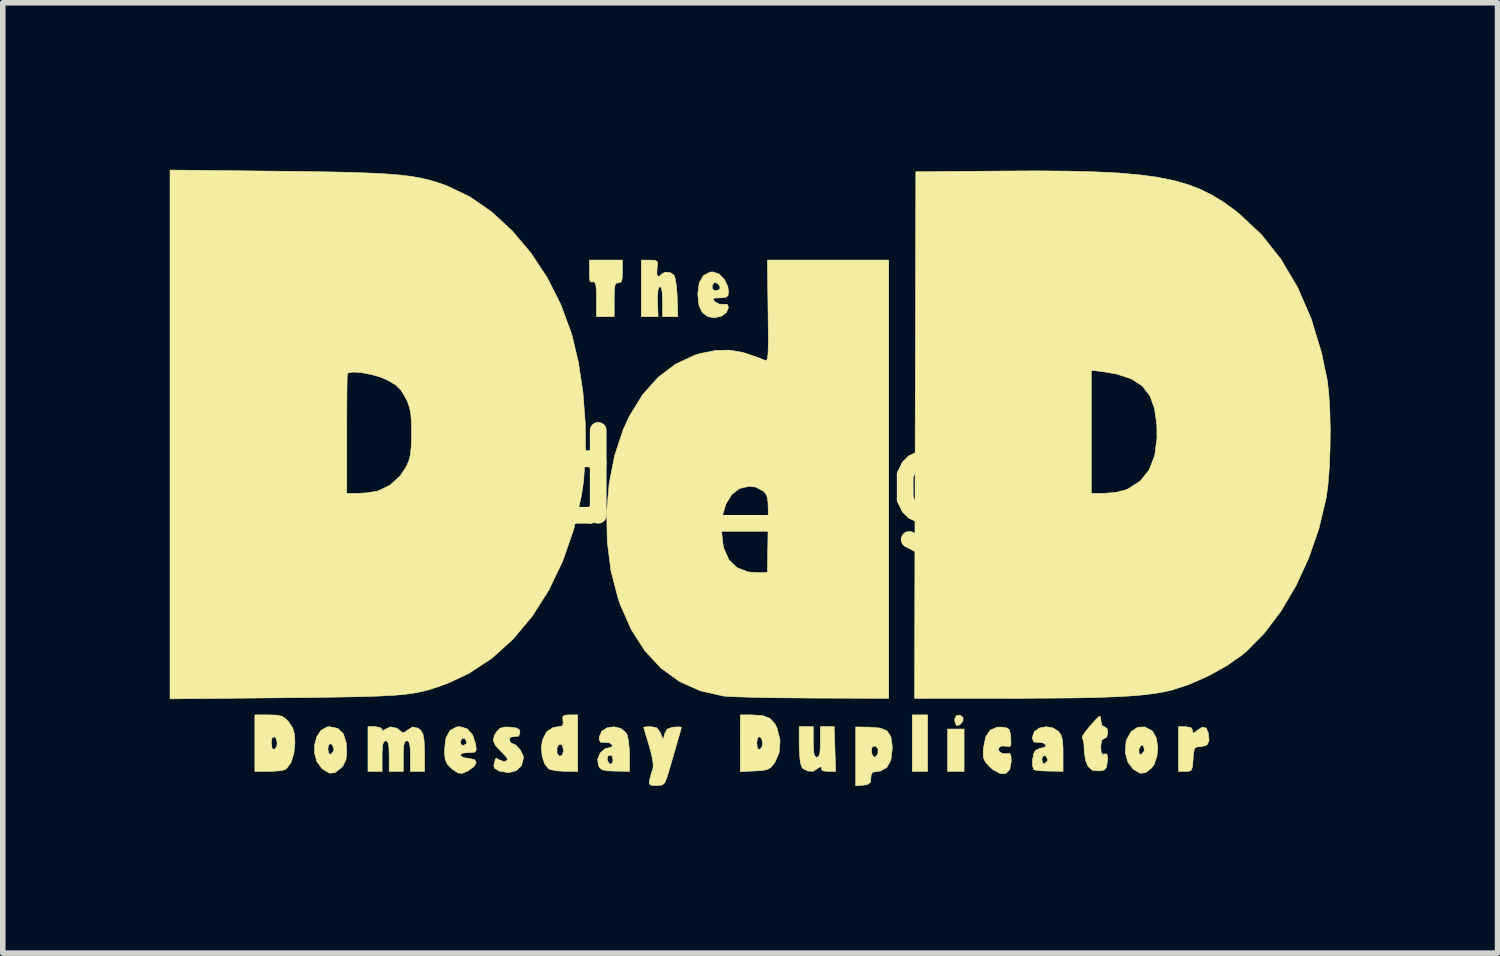
<source format=kicad_pcb>
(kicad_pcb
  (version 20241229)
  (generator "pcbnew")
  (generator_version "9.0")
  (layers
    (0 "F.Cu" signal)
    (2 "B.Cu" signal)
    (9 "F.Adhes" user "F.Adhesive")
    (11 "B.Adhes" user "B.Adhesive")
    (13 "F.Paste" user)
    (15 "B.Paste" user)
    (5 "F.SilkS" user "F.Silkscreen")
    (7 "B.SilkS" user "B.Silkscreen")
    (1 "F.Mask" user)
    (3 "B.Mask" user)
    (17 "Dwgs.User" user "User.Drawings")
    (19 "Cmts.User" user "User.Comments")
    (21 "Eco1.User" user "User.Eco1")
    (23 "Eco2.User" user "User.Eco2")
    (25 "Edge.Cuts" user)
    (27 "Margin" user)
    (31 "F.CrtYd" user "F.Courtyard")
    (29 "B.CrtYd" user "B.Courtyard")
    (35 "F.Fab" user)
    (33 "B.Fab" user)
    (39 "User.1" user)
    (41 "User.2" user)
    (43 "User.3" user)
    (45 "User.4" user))
  (footprint "DdD_logo"
    (layer "F.Cu")
    (at 10.419 5.518)
    (property "Reference" "DdD_logo" (at 0 0 0) (layer "F.SilkS") (effects (font (size 1.524 1.524) (thickness 0.3))))
    (attr through_hole)
    (fp_poly (pts (xy 3.196 5.292) (xy 2.921 5.292) (xy 2.921 4.276) (xy 3.196 4.276) (xy 3.196 5.292)) (stroke (width 0.01) (type solid)) (fill yes) (layer "F.SilkS"))
    (fp_poly (pts (xy 3.852 5.292) (xy 3.556 5.292) (xy 3.556 4.53) (xy 3.852 4.53) (xy 3.852 5.292)) (stroke (width 0.01) (type solid)) (fill yes) (layer "F.SilkS"))
    (fp_poly (pts (xy 3.834 4.322) (xy 3.833 4.379) (xy 3.792 4.438) (xy 3.739 4.469) (xy 3.712 4.46) (xy 3.687 4.397) (xy 3.683 4.353) (xy 3.713 4.29) (xy 3.777 4.279) (xy 3.834 4.322)) (stroke (width 0.01) (type solid)) (fill yes) (layer "F.SilkS"))
    (fp_poly (pts (xy -2.286 -3.688) (xy -2.291 -3.562) (xy -2.311 -3.501) (xy -2.354 -3.486) (xy -2.36 -3.487) (xy -2.399 -3.479) (xy -2.421 -3.438) (xy -2.432 -3.346) (xy -2.434 -3.187) (xy -2.434 -2.879) (xy -2.593 -2.879) (xy -2.752 -2.879) (xy -2.752 -3.198) (xy -2.755 -3.365) (xy -2.766 -3.461) (xy -2.789 -3.502) (xy -2.812 -3.505) (xy -2.85 -3.5) (xy -2.87 -3.518) (xy -2.877 -3.579) (xy -2.879 -3.703) (xy -2.879 -3.725) (xy -2.879 -3.895) (xy -2.286 -3.895) (xy -2.286 -3.688)) (stroke (width 0.01) (type solid)) (fill yes) (layer "F.SilkS"))
    (fp_poly (pts (xy 7.929 4.504) (xy 7.959 4.557) (xy 7.959 4.557) (xy 7.965 4.604) (xy 7.997 4.591) (xy 8.036 4.557) (xy 8.133 4.495) (xy 8.2 4.511) (xy 8.237 4.59) (xy 8.254 4.734) (xy 8.215 4.817) (xy 8.118 4.847) (xy 8.106 4.847) (xy 8.032 4.852) (xy 7.993 4.881) (xy 7.975 4.955) (xy 7.967 5.069) (xy 7.957 5.199) (xy 7.937 5.265) (xy 7.893 5.289) (xy 7.829 5.292) (xy 7.705 5.292) (xy 7.705 4.487) (xy 7.832 4.487) (xy 7.929 4.504)) (stroke (width 0.01) (type solid)) (fill yes) (layer "F.SilkS"))
    (fp_poly (pts (xy 0.236 4.29) (xy 0.366 4.34) (xy 0.454 4.437) (xy 0.49 4.511) (xy 0.546 4.734) (xy 0.53 4.952) (xy 0.454 5.127) (xy 0.393 5.207) (xy 0.331 5.251) (xy 0.239 5.273) (xy 0.094 5.283) (xy -0.169 5.296) (xy -0.169 4.784) (xy 0.127 4.784) (xy 0.141 4.881) (xy 0.18 4.9) (xy 0.221 4.849) (xy 0.233 4.784) (xy 0.213 4.7) (xy 0.18 4.667) (xy 0.14 4.689) (xy 0.127 4.784) (xy -0.169 4.784) (xy -0.169 4.276) (xy 0.045 4.276) (xy 0.236 4.29)) (stroke (width 0.01) (type solid)) (fill yes) (layer "F.SilkS"))
    (fp_poly (pts (xy -8.493 4.28) (xy -8.401 4.301) (xy -8.332 4.349) (xy -8.28 4.406) (xy -8.211 4.508) (xy -8.178 4.621) (xy -8.17 4.768) (xy -8.189 4.97) (xy -8.242 5.134) (xy -8.321 5.241) (xy -8.363 5.265) (xy -8.442 5.28) (xy -8.572 5.29) (xy -8.661 5.292) (xy -8.89 5.292) (xy -8.89 4.784) (xy -8.594 4.784) (xy -8.58 4.881) (xy -8.541 4.9) (xy -8.499 4.849) (xy -8.488 4.784) (xy -8.508 4.7) (xy -8.541 4.667) (xy -8.581 4.689) (xy -8.594 4.784) (xy -8.89 4.784) (xy -8.89 4.276) (xy -8.64 4.276) (xy -8.493 4.28)) (stroke (width 0.01) (type solid)) (fill yes) (layer "F.SilkS"))
    (fp_poly (pts (xy -7.4 4.519) (xy -7.301 4.614) (xy -7.249 4.775) (xy -7.239 4.931) (xy -7.253 5.08) (xy -7.303 5.185) (xy -7.343 5.23) (xy -7.451 5.314) (xy -7.548 5.323) (xy -7.659 5.259) (xy -7.685 5.237) (xy -7.775 5.118) (xy -7.817 4.97) (xy -7.817 4.889) (xy -7.578 4.889) (xy -7.561 4.972) (xy -7.525 4.985) (xy -7.48 4.933) (xy -7.472 4.889) (xy -7.497 4.815) (xy -7.525 4.794) (xy -7.566 4.815) (xy -7.578 4.889) (xy -7.817 4.889) (xy -7.816 4.813) (xy -7.777 4.667) (xy -7.701 4.554) (xy -7.594 4.493) (xy -7.547 4.488) (xy -7.4 4.519)) (stroke (width 0.01) (type solid)) (fill yes) (layer "F.SilkS"))
    (fp_poly (pts (xy -1.693 -3.89) (xy -1.655 -3.86) (xy -1.659 -3.78) (xy -1.664 -3.747) (xy -1.668 -3.643) (xy -1.644 -3.597) (xy -1.602 -3.62) (xy -1.587 -3.641) (xy -1.521 -3.679) (xy -1.43 -3.671) (xy -1.36 -3.626) (xy -1.337 -3.559) (xy -1.317 -3.431) (xy -1.304 -3.268) (xy -1.302 -3.224) (xy -1.291 -2.879) (xy -1.429 -2.879) (xy -1.566 -2.879) (xy -1.566 -3.157) (xy -1.572 -3.319) (xy -1.589 -3.404) (xy -1.616 -3.419) (xy -1.647 -3.365) (xy -1.657 -3.232) (xy -1.656 -3.141) (xy -1.645 -2.879) (xy -1.947 -2.879) (xy -1.947 -3.895) (xy -1.794 -3.895) (xy -1.693 -3.89)) (stroke (width 0.01) (type solid)) (fill yes) (layer "F.SilkS"))
    (fp_poly (pts (xy 7.224 4.558) (xy 7.239 4.572) (xy 7.305 4.69) (xy 7.331 4.85) (xy 7.317 5.02) (xy 7.265 5.168) (xy 7.22 5.23) (xy 7.113 5.314) (xy 7.017 5.324) (xy 6.904 5.261) (xy 6.89 5.25) (xy 6.794 5.125) (xy 6.749 4.955) (xy 6.752 4.905) (xy 6.992 4.905) (xy 6.997 4.979) (xy 7.034 4.986) (xy 7.084 4.933) (xy 7.091 4.897) (xy 7.071 4.827) (xy 7.03 4.824) (xy 6.996 4.886) (xy 6.992 4.905) (xy 6.752 4.905) (xy 6.76 4.769) (xy 6.774 4.717) (xy 6.854 4.577) (xy 6.968 4.5) (xy 7.097 4.492) (xy 7.224 4.558)) (stroke (width 0.01) (type solid)) (fill yes) (layer "F.SilkS"))
    (fp_poly (pts (xy 2.158 4.496) (xy 2.348 4.513) (xy 2.469 4.565) (xy 2.536 4.667) (xy 2.56 4.829) (xy 2.561 4.889) (xy 2.537 5.088) (xy 2.464 5.221) (xy 2.347 5.286) (xy 2.288 5.292) (xy 2.207 5.306) (xy 2.18 5.365) (xy 2.178 5.408) (xy 2.168 5.49) (xy 2.115 5.527) (xy 2.043 5.538) (xy 1.905 5.551) (xy 1.905 4.895) (xy 2.186 4.895) (xy 2.194 4.972) (xy 2.225 5.03) (xy 2.244 5.038) (xy 2.285 5.004) (xy 2.304 4.967) (xy 2.307 4.889) (xy 2.266 4.838) (xy 2.209 4.842) (xy 2.186 4.895) (xy 1.905 4.895) (xy 1.905 4.492) (xy 2.158 4.496)) (stroke (width 0.01) (type solid)) (fill yes) (layer "F.SilkS"))
    (fp_poly (pts (xy 4.622 4.51) (xy 4.668 4.547) (xy 4.686 4.632) (xy 4.691 4.688) (xy 4.694 4.8) (xy 4.677 4.845) (xy 4.638 4.842) (xy 4.541 4.834) (xy 4.504 4.843) (xy 4.465 4.884) (xy 4.484 4.934) (xy 4.542 4.971) (xy 4.618 4.973) (xy 4.62 4.972) (xy 4.671 4.968) (xy 4.694 5.01) (xy 4.699 5.115) (xy 4.674 5.255) (xy 4.604 5.328) (xy 4.501 5.331) (xy 4.374 5.262) (xy 4.31 5.205) (xy 4.232 5.118) (xy 4.198 5.037) (xy 4.196 4.926) (xy 4.201 4.866) (xy 4.241 4.672) (xy 4.321 4.55) (xy 4.443 4.497) (xy 4.528 4.496) (xy 4.622 4.51)) (stroke (width 0.01) (type solid)) (fill yes) (layer "F.SilkS"))
    (fp_poly (pts (xy 1.143 4.763) (xy 1.147 4.917) (xy 1.162 5.003) (xy 1.192 5.036) (xy 1.206 5.038) (xy 1.242 5.019) (xy 1.262 4.954) (xy 1.27 4.825) (xy 1.27 4.763) (xy 1.27 4.487) (xy 1.518 4.487) (xy 1.532 4.89) (xy 1.545 5.292) (xy 1.405 5.292) (xy 1.315 5.281) (xy 1.289 5.253) (xy 1.291 5.249) (xy 1.289 5.21) (xy 1.275 5.207) (xy 1.215 5.238) (xy 1.206 5.249) (xy 1.14 5.289) (xy 1.044 5.284) (xy 0.958 5.241) (xy 0.933 5.21) (xy 0.911 5.129) (xy 0.896 4.991) (xy 0.889 4.825) (xy 0.889 4.808) (xy 0.889 4.487) (xy 1.143 4.487) (xy 1.143 4.763)) (stroke (width 0.01) (type solid)) (fill yes) (layer "F.SilkS"))
    (fp_poly (pts (xy -3.09 5.292) (xy -3.313 5.29) (xy -3.454 5.282) (xy -3.569 5.261) (xy -3.608 5.247) (xy -3.681 5.161) (xy -3.728 5.023) (xy -3.734 4.953) (xy -3.462 4.953) (xy -3.455 4.977) (xy -3.414 5.02) (xy -3.369 4.998) (xy -3.345 4.924) (xy -3.344 4.911) (xy -3.365 4.831) (xy -3.387 4.805) (xy -3.432 4.811) (xy -3.462 4.871) (xy -3.462 4.953) (xy -3.734 4.953) (xy -3.742 4.861) (xy -3.723 4.73) (xy -3.65 4.581) (xy -3.531 4.502) (xy -3.427 4.487) (xy -3.361 4.472) (xy -3.35 4.411) (xy -3.355 4.381) (xy -3.359 4.31) (xy -3.321 4.281) (xy -3.233 4.276) (xy -3.09 4.276) (xy -3.09 5.292)) (stroke (width 0.01) (type solid)) (fill yes) (layer "F.SilkS"))
    (fp_poly (pts (xy -4.303 4.496) (xy -4.189 4.512) (xy -4.137 4.545) (xy -4.128 4.593) (xy -4.149 4.657) (xy -4.223 4.665) (xy -4.301 4.676) (xy -4.318 4.718) (xy -4.296 4.776) (xy -4.276 4.784) (xy -4.201 4.819) (xy -4.124 4.902) (xy -4.073 5.001) (xy -4.064 5.051) (xy -4.099 5.187) (xy -4.194 5.278) (xy -4.332 5.314) (xy -4.496 5.286) (xy -4.501 5.285) (xy -4.588 5.231) (xy -4.596 5.178) (xy -4.574 5.095) (xy -4.572 5.071) (xy -4.548 5.055) (xy -4.509 5.08) (xy -4.424 5.112) (xy -4.379 5.106) (xy -4.35 5.08) (xy -4.372 5.031) (xy -4.454 4.946) (xy -4.463 4.938) (xy -4.568 4.825) (xy -4.608 4.735) (xy -4.587 4.645) (xy -4.547 4.579) (xy -4.484 4.516) (xy -4.396 4.493) (xy -4.303 4.496)) (stroke (width 0.01) (type solid)) (fill yes) (layer "F.SilkS"))
    (fp_poly (pts (xy -2.318 4.518) (xy -2.226 4.591) (xy -2.2 4.639) (xy -2.178 4.739) (xy -2.163 4.887) (xy -2.159 5.018) (xy -2.159 5.29) (xy -2.416 5.286) (xy -2.562 5.28) (xy -2.648 5.262) (xy -2.695 5.225) (xy -2.718 5.183) (xy -2.73 5.078) (xy -2.561 5.078) (xy -2.531 5.142) (xy -2.493 5.165) (xy -2.462 5.129) (xy -2.455 5.08) (xy -2.476 5.007) (xy -2.528 5.003) (xy -2.551 5.021) (xy -2.561 5.078) (xy -2.73 5.078) (xy -2.731 5.071) (xy -2.687 4.962) (xy -2.604 4.886) (xy -2.535 4.868) (xy -2.472 4.848) (xy -2.467 4.815) (xy -2.518 4.779) (xy -2.6 4.771) (xy -2.682 4.766) (xy -2.705 4.718) (xy -2.701 4.666) (xy -2.654 4.565) (xy -2.558 4.507) (xy -2.437 4.49) (xy -2.318 4.518)) (stroke (width 0.01) (type solid)) (fill yes) (layer "F.SilkS"))
    (fp_poly (pts (xy 6.307 4.349) (xy 6.308 4.372) (xy 6.328 4.464) (xy 6.371 4.487) (xy 6.422 4.524) (xy 6.435 4.593) (xy 6.413 4.678) (xy 6.371 4.699) (xy 6.325 4.73) (xy 6.308 4.83) (xy 6.308 4.852) (xy 6.315 4.952) (xy 6.343 4.985) (xy 6.374 4.979) (xy 6.416 4.977) (xy 6.43 5.029) (xy 6.427 5.112) (xy 6.41 5.218) (xy 6.369 5.266) (xy 6.28 5.283) (xy 6.28 5.283) (xy 6.162 5.273) (xy 6.081 5.204) (xy 6.079 5.2) (xy 6.035 5.092) (xy 6.012 4.945) (xy 6.011 4.905) (xy 6.004 4.785) (xy 5.985 4.707) (xy 5.973 4.692) (xy 5.98 4.656) (xy 6.033 4.576) (xy 6.121 4.469) (xy 6.122 4.467) (xy 6.22 4.358) (xy 6.276 4.305) (xy 6.301 4.305) (xy 6.307 4.349)) (stroke (width 0.01) (type solid)) (fill yes) (layer "F.SilkS"))
    (fp_poly (pts (xy 5.452 4.511) (xy 5.546 4.572) (xy 5.591 4.633) (xy 5.617 4.718) (xy 5.629 4.85) (xy 5.63 4.973) (xy 5.63 5.29) (xy 5.379 5.286) (xy 5.241 5.281) (xy 5.14 5.27) (xy 5.104 5.259) (xy 5.082 5.191) (xy 5.082 5.084) (xy 5.083 5.08) (xy 5.249 5.08) (xy 5.269 5.147) (xy 5.302 5.154) (xy 5.351 5.102) (xy 5.355 5.08) (xy 5.322 5.016) (xy 5.302 5.006) (xy 5.26 5.026) (xy 5.249 5.08) (xy 5.083 5.08) (xy 5.101 4.978) (xy 5.131 4.919) (xy 5.215 4.875) (xy 5.261 4.868) (xy 5.319 4.846) (xy 5.322 4.815) (xy 5.271 4.779) (xy 5.192 4.77) (xy 5.109 4.763) (xy 5.081 4.708) (xy 5.08 4.677) (xy 5.115 4.576) (xy 5.206 4.512) (xy 5.326 4.488) (xy 5.452 4.511)) (stroke (width 0.01) (type solid)) (fill yes) (layer "F.SilkS"))
    (fp_poly (pts (xy -1.672 4.507) (xy -1.611 4.583) (xy -1.602 4.604) (xy -1.554 4.72) (xy -1.527 4.614) (xy -1.483 4.533) (xy -1.39 4.498) (xy -1.364 4.495) (xy -1.271 4.491) (xy -1.228 4.497) (xy -1.228 4.498) (xy -1.232 4.521) (xy -1.248 4.58) (xy -1.278 4.685) (xy -1.324 4.846) (xy -1.389 5.071) (xy -1.444 5.26) (xy -1.49 5.409) (xy -1.526 5.494) (xy -1.568 5.534) (xy -1.629 5.545) (xy -1.675 5.546) (xy -1.772 5.54) (xy -1.805 5.511) (xy -1.795 5.436) (xy -1.794 5.429) (xy -1.762 5.311) (xy -1.736 5.231) (xy -1.734 5.151) (xy -1.757 5.015) (xy -1.801 4.847) (xy -1.806 4.829) (xy -1.852 4.678) (xy -1.887 4.562) (xy -1.904 4.502) (xy -1.905 4.498) (xy -1.868 4.491) (xy -1.779 4.487) (xy -1.777 4.487) (xy -1.672 4.507)) (stroke (width 0.01) (type solid)) (fill yes) (layer "F.SilkS"))
    (fp_poly (pts (xy -0.55 -3.645) (xy -0.455 -3.549) (xy -0.393 -3.421) (xy -0.381 -3.339) (xy -0.389 -3.258) (xy -0.431 -3.224) (xy -0.532 -3.217) (xy -0.534 -3.217) (xy -0.631 -3.213) (xy -0.658 -3.193) (xy -0.632 -3.15) (xy -0.545 -3.103) (xy -0.479 -3.102) (xy -0.402 -3.1) (xy -0.381 -3.047) (xy -0.418 -2.952) (xy -0.512 -2.885) (xy -0.636 -2.859) (xy -0.749 -2.879) (xy -0.851 -2.952) (xy -0.91 -3.078) (xy -0.931 -3.269) (xy -0.931 -3.299) (xy -0.913 -3.434) (xy -0.675 -3.434) (xy -0.665 -3.371) (xy -0.621 -3.344) (xy -0.549 -3.363) (xy -0.537 -3.372) (xy -0.534 -3.421) (xy -0.574 -3.474) (xy -0.628 -3.494) (xy -0.64 -3.49) (xy -0.675 -3.434) (xy -0.913 -3.434) (xy -0.905 -3.489) (xy -0.831 -3.617) (xy -0.711 -3.679) (xy -0.659 -3.683) (xy -0.55 -3.645)) (stroke (width 0.01) (type solid)) (fill yes) (layer "F.SilkS"))
    (fp_poly (pts (xy -5.075 4.526) (xy -4.977 4.636) (xy -4.924 4.8) (xy -4.912 4.9) (xy -4.935 4.943) (xy -5.014 4.953) (xy -5.057 4.953) (xy -5.166 4.964) (xy -5.198 4.999) (xy -5.196 5.006) (xy -5.145 5.043) (xy -5.048 5.058) (xy -5.044 5.058) (xy -4.943 5.079) (xy -4.913 5.131) (xy -4.951 5.202) (xy -5.057 5.28) (xy -5.067 5.285) (xy -5.164 5.326) (xy -5.241 5.319) (xy -5.333 5.258) (xy -5.363 5.232) (xy -5.434 5.159) (xy -5.47 5.078) (xy -5.482 4.957) (xy -5.482 4.898) (xy -5.466 4.76) (xy -5.2 4.76) (xy -5.179 4.817) (xy -5.144 4.826) (xy -5.09 4.796) (xy -5.088 4.752) (xy -5.123 4.692) (xy -5.172 4.703) (xy -5.2 4.76) (xy -5.466 4.76) (xy -5.458 4.694) (xy -5.387 4.559) (xy -5.27 4.494) (xy -5.207 4.487) (xy -5.075 4.526)) (stroke (width 0.01) (type solid)) (fill yes) (layer "F.SilkS"))
    (fp_poly (pts (xy -6.641 4.502) (xy -6.604 4.538) (xy -6.604 4.538) (xy -6.592 4.568) (xy -6.553 4.538) (xy -6.453 4.491) (xy -6.341 4.515) (xy -6.29 4.554) (xy -6.231 4.598) (xy -6.18 4.577) (xy -6.156 4.554) (xy -6.055 4.493) (xy -5.954 4.516) (xy -5.909 4.554) (xy -5.871 4.619) (xy -5.85 4.731) (xy -5.842 4.909) (xy -5.842 4.956) (xy -5.842 5.292) (xy -6.096 5.292) (xy -6.096 5.016) (xy -6.1 4.862) (xy -6.115 4.776) (xy -6.145 4.743) (xy -6.16 4.741) (xy -6.195 4.76) (xy -6.215 4.825) (xy -6.223 4.954) (xy -6.223 5.016) (xy -6.223 5.292) (xy -6.477 5.292) (xy -6.477 5.016) (xy -6.481 4.862) (xy -6.496 4.776) (xy -6.526 4.743) (xy -6.54 4.741) (xy -6.576 4.76) (xy -6.596 4.825) (xy -6.604 4.954) (xy -6.604 5.016) (xy -6.604 5.292) (xy -6.858 5.292) (xy -6.858 4.487) (xy -6.731 4.487) (xy -6.641 4.502)) (stroke (width 0.01) (type solid)) (fill yes) (layer "F.SilkS"))
    (fp_poly (pts (xy 1.408 -3.895) (xy 2.498 -3.895) (xy 2.498 3.979) (xy 1.132 3.974) (xy 0.789 3.971) (xy 0.462 3.968) (xy 0.164 3.962) (xy -0.092 3.956) (xy -0.294 3.949) (xy -0.429 3.942) (xy -0.467 3.938) (xy -0.883 3.845) (xy -1.258 3.678) (xy -1.591 3.438) (xy -1.881 3.127) (xy -2.126 2.745) (xy -2.326 2.294) (xy -2.365 2.18) (xy -2.491 1.693) (xy -2.558 1.176) (xy -2.563 0.938) (xy -0.509 0.938) (xy -0.48 1.207) (xy -0.462 1.29) (xy -0.373 1.49) (xy -0.226 1.631) (xy -0.027 1.708) (xy 0.191 1.722) (xy 0.318 1.714) (xy 0.329 1.029) (xy 0.333 0.773) (xy 0.333 0.588) (xy 0.329 0.46) (xy 0.318 0.376) (xy 0.3 0.321) (xy 0.272 0.282) (xy 0.247 0.257) (xy 0.108 0.183) (xy -0.011 0.169) (xy -0.181 0.208) (xy -0.32 0.315) (xy -0.424 0.481) (xy -0.488 0.692) (xy -0.509 0.938) (xy -2.563 0.938) (xy -2.569 0.646) (xy -2.525 0.121) (xy -2.427 -0.381) (xy -2.275 -0.844) (xy -2.161 -1.092) (xy -1.923 -1.477) (xy -1.646 -1.788) (xy -1.334 -2.025) (xy -0.988 -2.186) (xy -0.87 -2.221) (xy -0.606 -2.272) (xy -0.364 -2.278) (xy -0.117 -2.235) (xy 0.16 -2.141) (xy 0.266 -2.097) (xy 0.291 -2.09) (xy 0.309 -2.102) (xy 0.322 -2.142) (xy 0.33 -2.22) (xy 0.334 -2.347) (xy 0.335 -2.532) (xy 0.332 -2.785) (xy 0.33 -2.979) (xy 0.318 -3.895) (xy 1.408 -3.895)) (stroke (width 0.01) (type solid)) (fill yes) (layer "F.SilkS"))
    (fp_poly (pts (xy 5.708 -5.494) (xy 6.199 -5.481) (xy 6.629 -5.46) (xy 7.004 -5.427) (xy 7.331 -5.383) (xy 7.618 -5.325) (xy 7.874 -5.252) (xy 8.104 -5.164) (xy 8.316 -5.057) (xy 8.519 -4.933) (xy 8.718 -4.788) (xy 8.793 -4.728) (xy 9.195 -4.352) (xy 9.545 -3.91) (xy 9.844 -3.405) (xy 10.088 -2.843) (xy 10.275 -2.227) (xy 10.377 -1.736) (xy 10.405 -1.494) (xy 10.423 -1.193) (xy 10.431 -0.855) (xy 10.427 -0.505) (xy 10.414 -0.166) (xy 10.39 0.138) (xy 10.357 0.379) (xy 10.228 0.925) (xy 10.046 1.453) (xy 9.818 1.95) (xy 9.55 2.405) (xy 9.25 2.804) (xy 8.924 3.135) (xy 8.85 3.197) (xy 8.57 3.393) (xy 8.24 3.576) (xy 7.894 3.729) (xy 7.585 3.83) (xy 7.433 3.864) (xy 7.263 3.893) (xy 7.066 3.917) (xy 6.835 3.936) (xy 6.561 3.951) (xy 6.237 3.963) (xy 5.854 3.971) (xy 5.405 3.975) (xy 4.882 3.978) (xy 4.709 3.978) (xy 2.963 3.979) (xy 2.971 0.296) (xy 6.138 0.296) (xy 6.382 0.295) (xy 6.58 0.278) (xy 6.759 0.232) (xy 6.795 0.217) (xy 7.015 0.076) (xy 7.175 -0.123) (xy 7.276 -0.38) (xy 7.318 -0.697) (xy 7.315 -0.925) (xy 7.275 -1.223) (xy 7.19 -1.457) (xy 7.053 -1.634) (xy 6.856 -1.762) (xy 6.592 -1.848) (xy 6.361 -1.888) (xy 6.138 -1.916) (xy 6.138 0.296) (xy 2.971 0.296) (xy 2.985 -5.482) (xy 4.508 -5.495) (xy 5.147 -5.498) (xy 5.708 -5.494)) (stroke (width 0.01) (type solid)) (fill yes) (layer "F.SilkS"))
    (fp_poly (pts (xy -8.456 -5.492) (xy -7.931 -5.486) (xy -7.482 -5.478) (xy -7.1 -5.469) (xy -6.778 -5.457) (xy -6.506 -5.442) (xy -6.277 -5.423) (xy -6.081 -5.399) (xy -5.911 -5.369) (xy -5.757 -5.333) (xy -5.612 -5.29) (xy -5.467 -5.24) (xy -5.436 -5.228) (xy -5.025 -5.031) (xy -4.632 -4.758) (xy -4.265 -4.419) (xy -3.931 -4.024) (xy -3.638 -3.58) (xy -3.394 -3.098) (xy -3.205 -2.586) (xy -3.191 -2.541) (xy -3.076 -2.053) (xy -2.996 -1.521) (xy -2.954 -0.97) (xy -2.949 -0.427) (xy -2.985 0.083) (xy -3.023 0.339) (xy -3.163 0.948) (xy -3.36 1.515) (xy -3.609 2.035) (xy -3.906 2.502) (xy -4.248 2.911) (xy -4.63 3.257) (xy -5.048 3.532) (xy -5.415 3.703) (xy -5.556 3.756) (xy -5.685 3.8) (xy -5.811 3.838) (xy -5.942 3.868) (xy -6.087 3.893) (xy -6.255 3.913) (xy -6.453 3.928) (xy -6.692 3.939) (xy -6.978 3.948) (xy -7.321 3.955) (xy -7.729 3.961) (xy -8.211 3.966) (xy -8.35 3.968) (xy -10.414 3.988) (xy -10.414 -0.762) (xy -7.239 -0.762) (xy -7.239 0.296) (xy -7.038 0.296) (xy -6.875 0.286) (xy -6.717 0.261) (xy -6.679 0.252) (xy -6.465 0.151) (xy -6.279 -0.02) (xy -6.169 -0.185) (xy -6.125 -0.285) (xy -6.097 -0.393) (xy -6.082 -0.534) (xy -6.076 -0.731) (xy -6.076 -0.784) (xy -6.078 -0.991) (xy -6.089 -1.139) (xy -6.112 -1.252) (xy -6.151 -1.357) (xy -6.181 -1.419) (xy -6.263 -1.556) (xy -6.36 -1.652) (xy -6.504 -1.737) (xy -6.52 -1.746) (xy -6.656 -1.8) (xy -6.814 -1.843) (xy -6.972 -1.872) (xy -7.108 -1.883) (xy -7.201 -1.873) (xy -7.228 -1.852) (xy -7.231 -1.803) (xy -7.234 -1.68) (xy -7.236 -1.497) (xy -7.238 -1.264) (xy -7.239 -0.994) (xy -7.239 -0.762) (xy -10.414 -0.762) (xy -10.414 -5.513) (xy -8.456 -5.492)) (stroke (width 0.01) (type solid)) (fill yes) (layer "F.SilkS")))
  (gr_rect
    (start -3 -3)
    (end 23.855 14.074)
    (stroke (width 0.1) (type default))
    (fill no)
    (layer "Edge.Cuts")))
</source>
